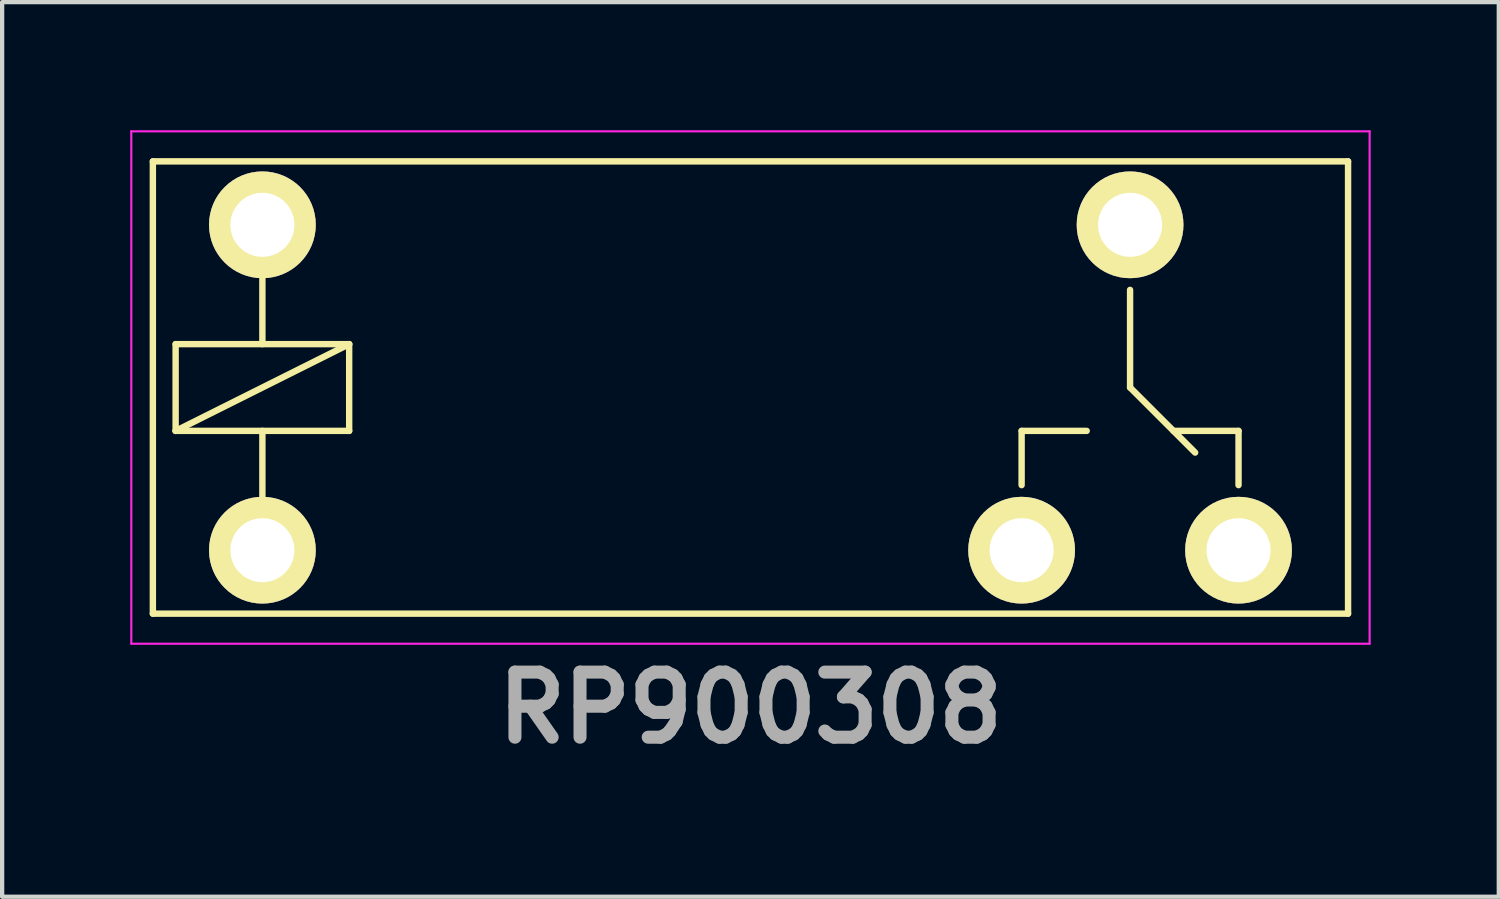
<source format=kicad_pcb>
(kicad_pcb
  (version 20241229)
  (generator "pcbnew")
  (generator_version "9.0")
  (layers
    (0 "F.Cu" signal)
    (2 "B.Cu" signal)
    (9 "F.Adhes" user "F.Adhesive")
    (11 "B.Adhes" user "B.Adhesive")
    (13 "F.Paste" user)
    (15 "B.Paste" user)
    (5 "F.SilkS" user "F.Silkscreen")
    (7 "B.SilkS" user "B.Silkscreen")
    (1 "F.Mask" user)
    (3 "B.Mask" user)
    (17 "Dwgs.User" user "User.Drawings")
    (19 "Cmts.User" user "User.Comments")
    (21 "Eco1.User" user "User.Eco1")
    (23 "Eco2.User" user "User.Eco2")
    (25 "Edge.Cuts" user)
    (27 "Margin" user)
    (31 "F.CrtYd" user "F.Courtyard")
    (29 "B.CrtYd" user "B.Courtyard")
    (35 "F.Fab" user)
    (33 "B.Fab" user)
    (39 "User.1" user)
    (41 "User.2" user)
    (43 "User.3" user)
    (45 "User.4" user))
  (footprint "RP900308"
    (layer "F.Cu")
    (at 14.525 6.025)
    (property "Reference" "RP900308" (at 0 7.5 0) (layer "F.Fab") (effects (font (size 1.524 1.524) (thickness 0.305))))
    (attr through_hole)
    (fp_line (start -13.995 -5.296) (end -13.995 5.296) (stroke (width 0.15) (type solid)) (layer "F.SilkS"))
    (fp_line (start -13.995 -5.296) (end 13.995 -5.296) (stroke (width 0.15) (type solid)) (layer "F.SilkS"))
    (fp_line (start -13.995 5.296) (end 13.995 5.296) (stroke (width 0.15) (type solid)) (layer "F.SilkS"))
    (fp_line (start -13.462 -1.016) (end -13.462 1.016) (stroke (width 0.15) (type solid)) (layer "F.SilkS"))
    (fp_line (start -13.462 1.016) (end -9.398 1.016) (stroke (width 0.15) (type solid)) (layer "F.SilkS"))
    (fp_line (start -11.43 -1.016) (end -11.43 -3.81) (stroke (width 0.15) (type solid)) (layer "F.SilkS"))
    (fp_line (start -11.43 1.016) (end -11.43 3.81) (stroke (width 0.15) (type solid)) (layer "F.SilkS"))
    (fp_line (start -9.398 -1.016) (end -13.462 -1.016) (stroke (width 0.15) (type solid)) (layer "F.SilkS"))
    (fp_line (start -9.398 -1.016) (end -13.462 1.016) (stroke (width 0.15) (type solid)) (layer "F.SilkS"))
    (fp_line (start -9.398 1.016) (end -9.398 -1.016) (stroke (width 0.15) (type solid)) (layer "F.SilkS"))
    (fp_line (start 6.35 1.016) (end 7.874 1.016) (stroke (width 0.15) (type solid)) (layer "F.SilkS"))
    (fp_line (start 6.35 2.286) (end 6.35 1.016) (stroke (width 0.15) (type solid)) (layer "F.SilkS"))
    (fp_line (start 8.89 -2.286) (end 8.89 0) (stroke (width 0.15) (type solid)) (layer "F.SilkS"))
    (fp_line (start 8.89 0) (end 10.414 1.524) (stroke (width 0.15) (type solid)) (layer "F.SilkS"))
    (fp_line (start 11.43 1.016) (end 9.906 1.016) (stroke (width 0.15) (type solid)) (layer "F.SilkS"))
    (fp_line (start 11.43 2.286) (end 11.43 1.016) (stroke (width 0.15) (type solid)) (layer "F.SilkS"))
    (fp_line (start 13.995 -5.296) (end 13.995 5.296) (stroke (width 0.15) (type solid)) (layer "F.SilkS"))
    (fp_line (start -14.5 -6) (end 14.5 -6) (stroke (width 0.05) (type solid)) (layer "F.CrtYd"))
    (fp_line (start -14.5 6) (end -14.5 -6) (stroke (width 0.05) (type solid)) (layer "F.CrtYd"))
    (fp_line (start 14.5 -6) (end 14.5 6) (stroke (width 0.05) (type solid)) (layer "F.CrtYd"))
    (fp_line (start 14.5 6) (end -14.5 6) (stroke (width 0.05) (type solid)) (layer "F.CrtYd"))
    (pad "11" thru_hole circle (at 8.89 -3.81) (size 2.5 2.5) (drill 1.5) (layers "*.Cu" "*.Mask" "F.SilkS"))
    (pad "12" thru_hole circle (at 11.43 3.81) (size 2.5 2.5) (drill 1.5) (layers "*.Cu" "*.Mask" "F.SilkS"))
    (pad "14" thru_hole circle (at 6.35 3.81) (size 2.5 2.5) (drill 1.5) (layers "*.Cu" "*.Mask" "F.SilkS"))
    (pad "A1" thru_hole circle (at -11.43 3.81) (size 2.5 2.5) (drill 1.5) (layers "*.Cu" "*.Mask" "F.SilkS"))
    (pad "A2" thru_hole circle (at -11.43 -3.81) (size 2.5 2.5) (drill 1.5) (layers "*.Cu" "*.Mask" "F.SilkS")))
  (gr_rect
    (start -3 -3)
    (end 32.05 17.951)
    (stroke (width 0.1) (type default))
    (fill no)
    (layer "Edge.Cuts")))
</source>
